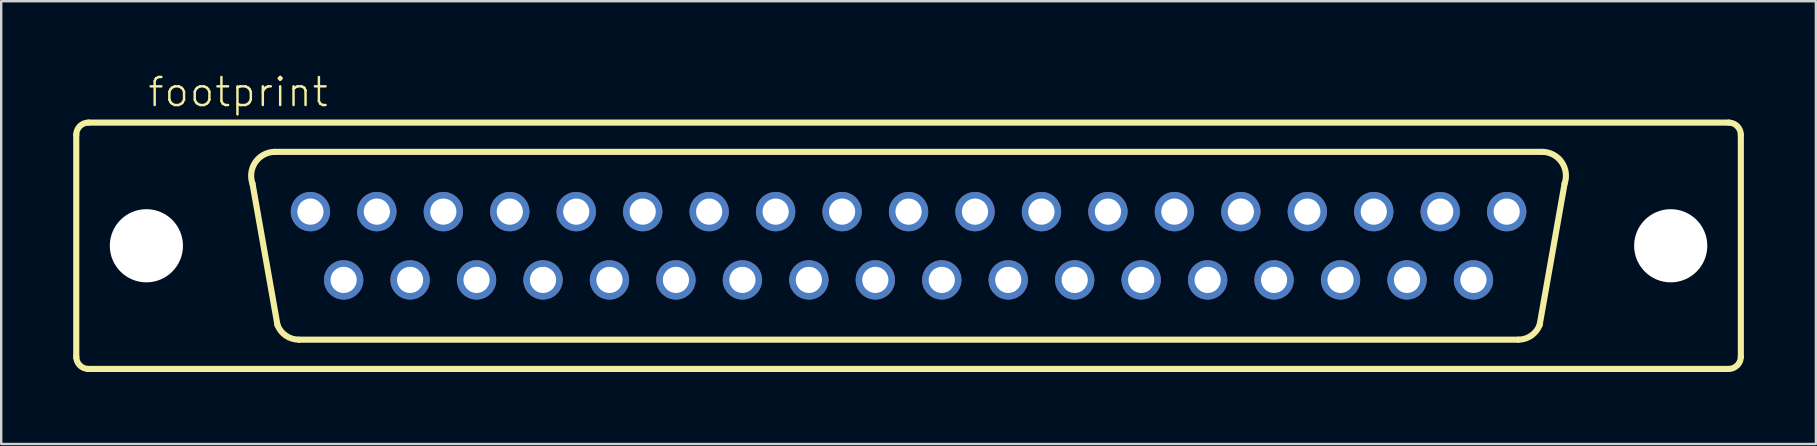
<source format=kicad_pcb>
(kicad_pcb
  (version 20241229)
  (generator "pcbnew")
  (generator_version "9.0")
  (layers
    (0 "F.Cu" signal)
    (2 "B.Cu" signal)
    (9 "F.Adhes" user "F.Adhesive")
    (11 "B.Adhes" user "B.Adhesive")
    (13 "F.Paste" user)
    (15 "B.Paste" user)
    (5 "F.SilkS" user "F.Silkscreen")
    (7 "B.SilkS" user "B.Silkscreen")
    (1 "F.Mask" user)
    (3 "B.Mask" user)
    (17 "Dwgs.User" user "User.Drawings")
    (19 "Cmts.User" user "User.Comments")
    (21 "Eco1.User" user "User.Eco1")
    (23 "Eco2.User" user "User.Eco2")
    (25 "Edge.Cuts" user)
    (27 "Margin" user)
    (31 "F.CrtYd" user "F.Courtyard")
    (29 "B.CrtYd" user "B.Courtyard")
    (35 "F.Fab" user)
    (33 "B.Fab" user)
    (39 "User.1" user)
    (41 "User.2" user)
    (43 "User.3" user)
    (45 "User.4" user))
  (footprint "footprint"
    (layer "F.Cu")
    (at 34.798 7.188)
    (property "Reference" "footprint" (at -31.75 -5.715 0) (layer "F.SilkS") (effects (font (size 1.168 1.168) (thickness 0.102)) (justify left bottom)))
    (fp_line (start -34.671 4.648) (end -34.671 -4.623) (stroke (width 0.254) (type solid)) (layer "F.SilkS"))
    (fp_line (start -34.163 -5.131) (end 34.163 -5.131) (stroke (width 0.254) (type solid)) (layer "F.SilkS"))
    (fp_line (start -26.289 3.302) (end -27.33 -2.591) (stroke (width 0.254) (type solid)) (layer "F.SilkS"))
    (fp_line (start 25.4 3.912) (end -25.4 3.912) (stroke (width 0.254) (type solid)) (layer "F.SilkS"))
    (fp_line (start 26.289 3.302) (end 27.33 -2.591) (stroke (width 0.254) (type solid)) (layer "F.SilkS"))
    (fp_line (start 26.416 -3.912) (end -26.416 -3.912) (stroke (width 0.254) (type solid)) (layer "F.SilkS"))
    (fp_line (start 34.163 5.131) (end -34.188 5.131) (stroke (width 0.254) (type solid)) (layer "F.SilkS"))
    (fp_line (start 34.671 -4.623) (end 34.671 4.623) (stroke (width 0.254) (type solid)) (layer "F.SilkS"))
    (fp_arc (start -34.671 -4.6228) (mid -34.52221 -4.98201) (end -34.163 -5.1308) (stroke (width 0.254) (type solid)) (layer "F.SilkS"))
    (fp_arc (start -34.163 5.1308) (mid -34.52221 4.98201) (end -34.671 4.6228) (stroke (width 0.254) (type solid)) (layer "F.SilkS"))
    (fp_arc (start -27.3304 -2.5908) (mid -27.208542 -3.483361) (end -26.415998 -3.911601) (stroke (width 0.254) (type solid)) (layer "F.SilkS"))
    (fp_arc (start -25.399999 3.911601) (mid -25.939028 3.744655) (end -26.289 3.302) (stroke (width 0.254) (type solid)) (layer "F.SilkS"))
    (fp_arc (start 26.288999 3.301999) (mid 25.939028 3.744653) (end 25.4 3.9116) (stroke (width 0.254) (type solid)) (layer "F.SilkS"))
    (fp_arc (start 26.416 -3.9116) (mid 27.208543 -3.48336) (end 27.330399 -2.590799) (stroke (width 0.254) (type solid)) (layer "F.SilkS"))
    (fp_arc (start 34.163 -5.1308) (mid 34.52221 -4.98201) (end 34.671 -4.6228) (stroke (width 0.254) (type solid)) (layer "F.SilkS"))
    (fp_arc (start 34.671 4.6228) (mid 34.52221 4.98201) (end 34.163 5.1308) (stroke (width 0.254) (type solid)) (layer "F.SilkS"))
    (pad "" np_thru_hole circle (at -31.75 0) (size 3.048 3.048) (drill 3.048) (layers "*.Cu" "*.Mask"))
    (pad "" np_thru_hole circle (at 31.75 0) (size 3.048 3.048) (drill 3.048) (layers "*.Cu" "*.Mask"))
    (pad "1" thru_hole circle (at 24.917 -1.422) (size 1.638 1.638) (drill 1.092) (layers "*.Cu" "*.Mask"))
    (pad "2" thru_hole circle (at 22.149 -1.422) (size 1.638 1.638) (drill 1.092) (layers "*.Cu" "*.Mask"))
    (pad "3" thru_hole circle (at 19.38 -1.422) (size 1.638 1.638) (drill 1.092) (layers "*.Cu" "*.Mask"))
    (pad "4" thru_hole circle (at 16.612 -1.422) (size 1.638 1.638) (drill 1.092) (layers "*.Cu" "*.Mask"))
    (pad "5" thru_hole circle (at 13.843 -1.422) (size 1.638 1.638) (drill 1.092) (layers "*.Cu" "*.Mask"))
    (pad "6" thru_hole circle (at 11.074 -1.422) (size 1.638 1.638) (drill 1.092) (layers "*.Cu" "*.Mask"))
    (pad "7" thru_hole circle (at 8.306 -1.422) (size 1.638 1.638) (drill 1.092) (layers "*.Cu" "*.Mask"))
    (pad "8" thru_hole circle (at 5.537 -1.422) (size 1.638 1.638) (drill 1.092) (layers "*.Cu" "*.Mask"))
    (pad "9" thru_hole circle (at 2.769 -1.422) (size 1.638 1.638) (drill 1.092) (layers "*.Cu" "*.Mask"))
    (pad "10" thru_hole circle (at 0 -1.422) (size 1.638 1.638) (drill 1.092) (layers "*.Cu" "*.Mask"))
    (pad "11" thru_hole circle (at -2.769 -1.422) (size 1.638 1.638) (drill 1.092) (layers "*.Cu" "*.Mask"))
    (pad "12" thru_hole circle (at -5.537 -1.422) (size 1.638 1.638) (drill 1.092) (layers "*.Cu" "*.Mask"))
    (pad "13" thru_hole circle (at -8.306 -1.422) (size 1.638 1.638) (drill 1.092) (layers "*.Cu" "*.Mask"))
    (pad "14" thru_hole circle (at -11.074 -1.422) (size 1.638 1.638) (drill 1.092) (layers "*.Cu" "*.Mask"))
    (pad "15" thru_hole circle (at -13.843 -1.422) (size 1.638 1.638) (drill 1.092) (layers "*.Cu" "*.Mask"))
    (pad "16" thru_hole circle (at -16.612 -1.422) (size 1.638 1.638) (drill 1.092) (layers "*.Cu" "*.Mask"))
    (pad "17" thru_hole circle (at -19.38 -1.422) (size 1.638 1.638) (drill 1.092) (layers "*.Cu" "*.Mask"))
    (pad "18" thru_hole circle (at -22.149 -1.422) (size 1.638 1.638) (drill 1.092) (layers "*.Cu" "*.Mask"))
    (pad "19" thru_hole circle (at -24.917 -1.422) (size 1.638 1.638) (drill 1.092) (layers "*.Cu" "*.Mask"))
    (pad "20" thru_hole circle (at 23.533 1.422) (size 1.638 1.638) (drill 1.092) (layers "*.Cu" "*.Mask"))
    (pad "21" thru_hole circle (at 20.765 1.422) (size 1.638 1.638) (drill 1.092) (layers "*.Cu" "*.Mask"))
    (pad "22" thru_hole circle (at 17.996 1.422) (size 1.638 1.638) (drill 1.092) (layers "*.Cu" "*.Mask"))
    (pad "23" thru_hole circle (at 15.227 1.422) (size 1.638 1.638) (drill 1.092) (layers "*.Cu" "*.Mask"))
    (pad "24" thru_hole circle (at 12.459 1.422) (size 1.638 1.638) (drill 1.092) (layers "*.Cu" "*.Mask"))
    (pad "25" thru_hole circle (at 9.69 1.422) (size 1.638 1.638) (drill 1.092) (layers "*.Cu" "*.Mask"))
    (pad "26" thru_hole circle (at 6.921 1.422) (size 1.638 1.638) (drill 1.092) (layers "*.Cu" "*.Mask"))
    (pad "27" thru_hole circle (at 4.153 1.422) (size 1.638 1.638) (drill 1.092) (layers "*.Cu" "*.Mask"))
    (pad "28" thru_hole circle (at 1.384 1.422) (size 1.638 1.638) (drill 1.092) (layers "*.Cu" "*.Mask"))
    (pad "29" thru_hole circle (at -1.384 1.422) (size 1.638 1.638) (drill 1.092) (layers "*.Cu" "*.Mask"))
    (pad "30" thru_hole circle (at -4.153 1.422) (size 1.638 1.638) (drill 1.092) (layers "*.Cu" "*.Mask"))
    (pad "31" thru_hole circle (at -6.921 1.422) (size 1.638 1.638) (drill 1.092) (layers "*.Cu" "*.Mask"))
    (pad "32" thru_hole circle (at -9.69 1.422) (size 1.638 1.638) (drill 1.092) (layers "*.Cu" "*.Mask"))
    (pad "33" thru_hole circle (at -12.459 1.422) (size 1.638 1.638) (drill 1.092) (layers "*.Cu" "*.Mask"))
    (pad "34" thru_hole circle (at -15.227 1.422) (size 1.638 1.638) (drill 1.092) (layers "*.Cu" "*.Mask"))
    (pad "35" thru_hole circle (at -17.996 1.422) (size 1.638 1.638) (drill 1.092) (layers "*.Cu" "*.Mask"))
    (pad "36" thru_hole circle (at -20.765 1.422) (size 1.638 1.638) (drill 1.092) (layers "*.Cu" "*.Mask"))
    (pad "37" thru_hole circle (at -23.533 1.422) (size 1.638 1.638) (drill 1.092) (layers "*.Cu" "*.Mask")))
  (gr_rect
    (start -3 -3)
    (end 72.596 15.446)
    (stroke (width 0.1) (type default))
    (fill no)
    (layer "Edge.Cuts")))
</source>
